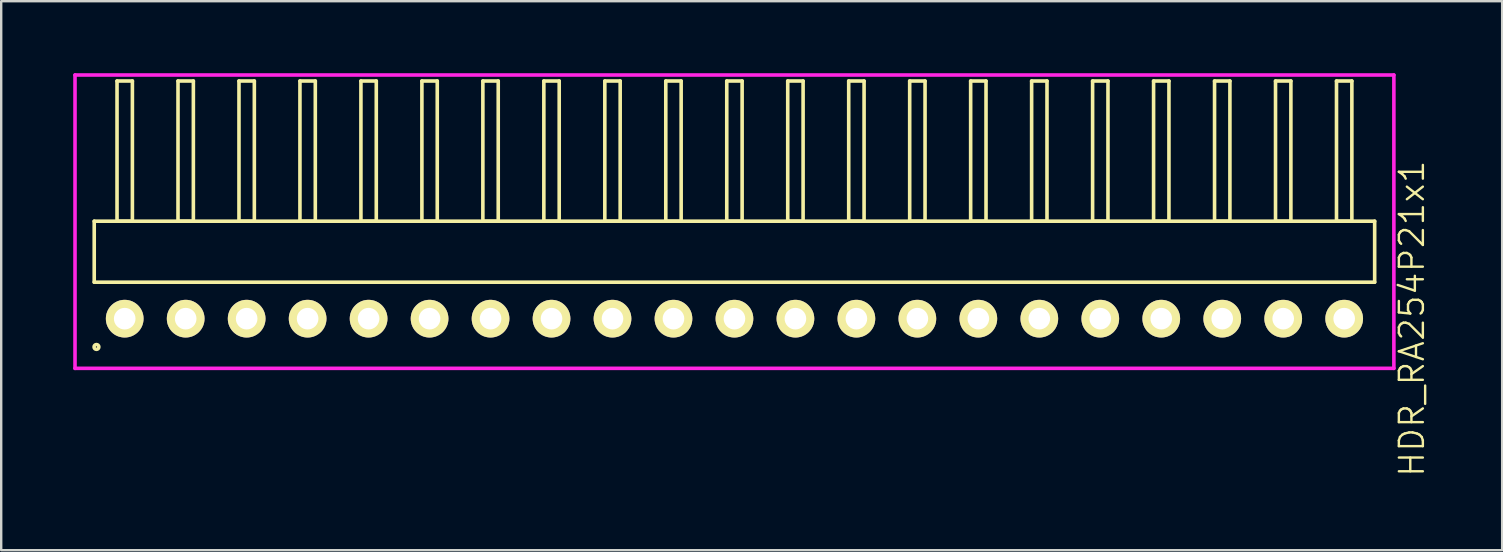
<source format=kicad_pcb>
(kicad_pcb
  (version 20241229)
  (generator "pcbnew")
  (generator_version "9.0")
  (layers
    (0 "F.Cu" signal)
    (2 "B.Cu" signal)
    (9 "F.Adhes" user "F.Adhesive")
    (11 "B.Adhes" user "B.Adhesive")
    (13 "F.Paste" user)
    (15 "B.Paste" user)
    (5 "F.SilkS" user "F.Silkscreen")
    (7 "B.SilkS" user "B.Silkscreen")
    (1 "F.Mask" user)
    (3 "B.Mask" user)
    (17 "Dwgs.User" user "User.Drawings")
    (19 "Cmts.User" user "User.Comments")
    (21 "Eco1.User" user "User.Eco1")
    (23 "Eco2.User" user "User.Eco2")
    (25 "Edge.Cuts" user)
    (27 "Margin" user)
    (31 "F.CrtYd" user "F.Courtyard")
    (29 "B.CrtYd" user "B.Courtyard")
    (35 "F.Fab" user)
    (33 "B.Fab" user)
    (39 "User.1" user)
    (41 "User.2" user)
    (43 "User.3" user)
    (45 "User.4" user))
  (footprint "HDR_RA254P21x1"
    (layer "F.Cu")
    (at 27.545 10.225)
    (property "Reference" "HDR_RA254P21x1" (at 28.22 0 90) (layer "F.SilkS") (effects (font (size 1 1) (thickness 0.1))))
    (attr through_hole)
    (fp_line (start -26.67 -4.06) (end -26.67 -1.52) (stroke (width 0.15) (type solid)) (layer "F.SilkS"))
    (fp_line (start -26.67 -1.52) (end 26.67 -1.52) (stroke (width 0.15) (type solid)) (layer "F.SilkS"))
    (fp_line (start -25.72 -9.9) (end -25.72 -4.06) (stroke (width 0.15) (type solid)) (layer "F.SilkS"))
    (fp_line (start -25.72 -4.06) (end -25.08 -4.06) (stroke (width 0.15) (type solid)) (layer "F.SilkS"))
    (fp_line (start -25.08 -9.9) (end -25.72 -9.9) (stroke (width 0.15) (type solid)) (layer "F.SilkS"))
    (fp_line (start -25.08 -4.06) (end -25.08 -9.9) (stroke (width 0.15) (type solid)) (layer "F.SilkS"))
    (fp_line (start -23.18 -9.9) (end -23.18 -4.06) (stroke (width 0.15) (type solid)) (layer "F.SilkS"))
    (fp_line (start -23.18 -4.06) (end -22.54 -4.06) (stroke (width 0.15) (type solid)) (layer "F.SilkS"))
    (fp_line (start -22.54 -9.9) (end -23.18 -9.9) (stroke (width 0.15) (type solid)) (layer "F.SilkS"))
    (fp_line (start -22.54 -4.06) (end -22.54 -9.9) (stroke (width 0.15) (type solid)) (layer "F.SilkS"))
    (fp_line (start -20.64 -9.9) (end -20.64 -4.06) (stroke (width 0.15) (type solid)) (layer "F.SilkS"))
    (fp_line (start -20.64 -4.06) (end -20 -4.06) (stroke (width 0.15) (type solid)) (layer "F.SilkS"))
    (fp_line (start -20 -9.9) (end -20.64 -9.9) (stroke (width 0.15) (type solid)) (layer "F.SilkS"))
    (fp_line (start -20 -4.06) (end -20 -9.9) (stroke (width 0.15) (type solid)) (layer "F.SilkS"))
    (fp_line (start -18.1 -9.9) (end -18.1 -4.06) (stroke (width 0.15) (type solid)) (layer "F.SilkS"))
    (fp_line (start -18.1 -4.06) (end -17.46 -4.06) (stroke (width 0.15) (type solid)) (layer "F.SilkS"))
    (fp_line (start -17.46 -9.9) (end -18.1 -9.9) (stroke (width 0.15) (type solid)) (layer "F.SilkS"))
    (fp_line (start -17.46 -4.06) (end -17.46 -9.9) (stroke (width 0.15) (type solid)) (layer "F.SilkS"))
    (fp_line (start -15.56 -9.9) (end -15.56 -4.06) (stroke (width 0.15) (type solid)) (layer "F.SilkS"))
    (fp_line (start -15.56 -4.06) (end -14.92 -4.06) (stroke (width 0.15) (type solid)) (layer "F.SilkS"))
    (fp_line (start -14.92 -9.9) (end -15.56 -9.9) (stroke (width 0.15) (type solid)) (layer "F.SilkS"))
    (fp_line (start -14.92 -4.06) (end -14.92 -9.9) (stroke (width 0.15) (type solid)) (layer "F.SilkS"))
    (fp_line (start -13.02 -9.9) (end -13.02 -4.06) (stroke (width 0.15) (type solid)) (layer "F.SilkS"))
    (fp_line (start -13.02 -4.06) (end -12.38 -4.06) (stroke (width 0.15) (type solid)) (layer "F.SilkS"))
    (fp_line (start -12.38 -9.9) (end -13.02 -9.9) (stroke (width 0.15) (type solid)) (layer "F.SilkS"))
    (fp_line (start -12.38 -4.06) (end -12.38 -9.9) (stroke (width 0.15) (type solid)) (layer "F.SilkS"))
    (fp_line (start -10.48 -9.9) (end -10.48 -4.06) (stroke (width 0.15) (type solid)) (layer "F.SilkS"))
    (fp_line (start -10.48 -4.06) (end -9.84 -4.06) (stroke (width 0.15) (type solid)) (layer "F.SilkS"))
    (fp_line (start -9.84 -9.9) (end -10.48 -9.9) (stroke (width 0.15) (type solid)) (layer "F.SilkS"))
    (fp_line (start -9.84 -4.06) (end -9.84 -9.9) (stroke (width 0.15) (type solid)) (layer "F.SilkS"))
    (fp_line (start -7.94 -9.9) (end -7.94 -4.06) (stroke (width 0.15) (type solid)) (layer "F.SilkS"))
    (fp_line (start -7.94 -4.06) (end -7.3 -4.06) (stroke (width 0.15) (type solid)) (layer "F.SilkS"))
    (fp_line (start -7.3 -9.9) (end -7.94 -9.9) (stroke (width 0.15) (type solid)) (layer "F.SilkS"))
    (fp_line (start -7.3 -4.06) (end -7.3 -9.9) (stroke (width 0.15) (type solid)) (layer "F.SilkS"))
    (fp_line (start -5.4 -9.9) (end -5.4 -4.06) (stroke (width 0.15) (type solid)) (layer "F.SilkS"))
    (fp_line (start -5.4 -4.06) (end -4.76 -4.06) (stroke (width 0.15) (type solid)) (layer "F.SilkS"))
    (fp_line (start -4.76 -9.9) (end -5.4 -9.9) (stroke (width 0.15) (type solid)) (layer "F.SilkS"))
    (fp_line (start -4.76 -4.06) (end -4.76 -9.9) (stroke (width 0.15) (type solid)) (layer "F.SilkS"))
    (fp_line (start -2.86 -9.9) (end -2.86 -4.06) (stroke (width 0.15) (type solid)) (layer "F.SilkS"))
    (fp_line (start -2.86 -4.06) (end -2.22 -4.06) (stroke (width 0.15) (type solid)) (layer "F.SilkS"))
    (fp_line (start -2.22 -9.9) (end -2.86 -9.9) (stroke (width 0.15) (type solid)) (layer "F.SilkS"))
    (fp_line (start -2.22 -4.06) (end -2.22 -9.9) (stroke (width 0.15) (type solid)) (layer "F.SilkS"))
    (fp_line (start -0.32 -9.9) (end -0.32 -4.06) (stroke (width 0.15) (type solid)) (layer "F.SilkS"))
    (fp_line (start -0.32 -4.06) (end 0.32 -4.06) (stroke (width 0.15) (type solid)) (layer "F.SilkS"))
    (fp_line (start 0.32 -9.9) (end -0.32 -9.9) (stroke (width 0.15) (type solid)) (layer "F.SilkS"))
    (fp_line (start 0.32 -4.06) (end 0.32 -9.9) (stroke (width 0.15) (type solid)) (layer "F.SilkS"))
    (fp_line (start 2.22 -9.9) (end 2.22 -4.06) (stroke (width 0.15) (type solid)) (layer "F.SilkS"))
    (fp_line (start 2.22 -4.06) (end 2.86 -4.06) (stroke (width 0.15) (type solid)) (layer "F.SilkS"))
    (fp_line (start 2.86 -9.9) (end 2.22 -9.9) (stroke (width 0.15) (type solid)) (layer "F.SilkS"))
    (fp_line (start 2.86 -4.06) (end 2.86 -9.9) (stroke (width 0.15) (type solid)) (layer "F.SilkS"))
    (fp_line (start 4.76 -9.9) (end 4.76 -4.06) (stroke (width 0.15) (type solid)) (layer "F.SilkS"))
    (fp_line (start 4.76 -4.06) (end 5.4 -4.06) (stroke (width 0.15) (type solid)) (layer "F.SilkS"))
    (fp_line (start 5.4 -9.9) (end 4.76 -9.9) (stroke (width 0.15) (type solid)) (layer "F.SilkS"))
    (fp_line (start 5.4 -4.06) (end 5.4 -9.9) (stroke (width 0.15) (type solid)) (layer "F.SilkS"))
    (fp_line (start 7.3 -9.9) (end 7.3 -4.06) (stroke (width 0.15) (type solid)) (layer "F.SilkS"))
    (fp_line (start 7.3 -4.06) (end 7.94 -4.06) (stroke (width 0.15) (type solid)) (layer "F.SilkS"))
    (fp_line (start 7.94 -9.9) (end 7.3 -9.9) (stroke (width 0.15) (type solid)) (layer "F.SilkS"))
    (fp_line (start 7.94 -4.06) (end 7.94 -9.9) (stroke (width 0.15) (type solid)) (layer "F.SilkS"))
    (fp_line (start 9.84 -9.9) (end 9.84 -4.06) (stroke (width 0.15) (type solid)) (layer "F.SilkS"))
    (fp_line (start 9.84 -4.06) (end 10.48 -4.06) (stroke (width 0.15) (type solid)) (layer "F.SilkS"))
    (fp_line (start 10.48 -9.9) (end 9.84 -9.9) (stroke (width 0.15) (type solid)) (layer "F.SilkS"))
    (fp_line (start 10.48 -4.06) (end 10.48 -9.9) (stroke (width 0.15) (type solid)) (layer "F.SilkS"))
    (fp_line (start 12.38 -9.9) (end 12.38 -4.06) (stroke (width 0.15) (type solid)) (layer "F.SilkS"))
    (fp_line (start 12.38 -4.06) (end 13.02 -4.06) (stroke (width 0.15) (type solid)) (layer "F.SilkS"))
    (fp_line (start 13.02 -9.9) (end 12.38 -9.9) (stroke (width 0.15) (type solid)) (layer "F.SilkS"))
    (fp_line (start 13.02 -4.06) (end 13.02 -9.9) (stroke (width 0.15) (type solid)) (layer "F.SilkS"))
    (fp_line (start 14.92 -9.9) (end 14.92 -4.06) (stroke (width 0.15) (type solid)) (layer "F.SilkS"))
    (fp_line (start 14.92 -4.06) (end 15.56 -4.06) (stroke (width 0.15) (type solid)) (layer "F.SilkS"))
    (fp_line (start 15.56 -9.9) (end 14.92 -9.9) (stroke (width 0.15) (type solid)) (layer "F.SilkS"))
    (fp_line (start 15.56 -4.06) (end 15.56 -9.9) (stroke (width 0.15) (type solid)) (layer "F.SilkS"))
    (fp_line (start 17.46 -9.9) (end 17.46 -4.06) (stroke (width 0.15) (type solid)) (layer "F.SilkS"))
    (fp_line (start 17.46 -4.06) (end 18.1 -4.06) (stroke (width 0.15) (type solid)) (layer "F.SilkS"))
    (fp_line (start 18.1 -9.9) (end 17.46 -9.9) (stroke (width 0.15) (type solid)) (layer "F.SilkS"))
    (fp_line (start 18.1 -4.06) (end 18.1 -9.9) (stroke (width 0.15) (type solid)) (layer "F.SilkS"))
    (fp_line (start 20 -9.9) (end 20 -4.06) (stroke (width 0.15) (type solid)) (layer "F.SilkS"))
    (fp_line (start 20 -4.06) (end 20.64 -4.06) (stroke (width 0.15) (type solid)) (layer "F.SilkS"))
    (fp_line (start 20.64 -9.9) (end 20 -9.9) (stroke (width 0.15) (type solid)) (layer "F.SilkS"))
    (fp_line (start 20.64 -4.06) (end 20.64 -9.9) (stroke (width 0.15) (type solid)) (layer "F.SilkS"))
    (fp_line (start 22.54 -9.9) (end 22.54 -4.06) (stroke (width 0.15) (type solid)) (layer "F.SilkS"))
    (fp_line (start 22.54 -4.06) (end 23.18 -4.06) (stroke (width 0.15) (type solid)) (layer "F.SilkS"))
    (fp_line (start 23.18 -9.9) (end 22.54 -9.9) (stroke (width 0.15) (type solid)) (layer "F.SilkS"))
    (fp_line (start 23.18 -4.06) (end 23.18 -9.9) (stroke (width 0.15) (type solid)) (layer "F.SilkS"))
    (fp_line (start 25.08 -9.9) (end 25.08 -4.06) (stroke (width 0.15) (type solid)) (layer "F.SilkS"))
    (fp_line (start 25.08 -4.06) (end 25.72 -4.06) (stroke (width 0.15) (type solid)) (layer "F.SilkS"))
    (fp_line (start 25.72 -9.9) (end 25.08 -9.9) (stroke (width 0.15) (type solid)) (layer "F.SilkS"))
    (fp_line (start 25.72 -4.06) (end 25.72 -9.9) (stroke (width 0.15) (type solid)) (layer "F.SilkS"))
    (fp_line (start 26.67 -4.06) (end -26.67 -4.06) (stroke (width 0.15) (type solid)) (layer "F.SilkS"))
    (fp_line (start 26.67 -1.52) (end 26.67 -4.06) (stroke (width 0.15) (type solid)) (layer "F.SilkS"))
    (fp_circle (center -26.577 1.178) (end -26.477 1.178) (stroke (width 0.15) (type solid)) (fill no) (layer "F.SilkS"))
    (fp_line (start -27.47 -10.15) (end -27.47 2.07) (stroke (width 0.15) (type solid)) (layer "F.CrtYd"))
    (fp_line (start -27.47 2.07) (end 27.47 2.07) (stroke (width 0.15) (type solid)) (layer "F.CrtYd"))
    (fp_line (start 27.47 -10.15) (end -27.47 -10.15) (stroke (width 0.15) (type solid)) (layer "F.CrtYd"))
    (fp_line (start 27.47 2.07) (end 27.47 -10.15) (stroke (width 0.15) (type solid)) (layer "F.CrtYd"))
    (pad "1" thru_hole oval (at -25.4 0) (size 1.57 1.57) (drill 0.9) (layers "*.Cu" "*.Mask" "F.SilkS"))
    (pad "2" thru_hole oval (at -22.86 0) (size 1.57 1.57) (drill 0.9) (layers "*.Cu" "*.Mask" "F.SilkS"))
    (pad "3" thru_hole oval (at -20.32 0) (size 1.57 1.57) (drill 0.9) (layers "*.Cu" "*.Mask" "F.SilkS"))
    (pad "4" thru_hole oval (at -17.78 0) (size 1.57 1.57) (drill 0.9) (layers "*.Cu" "*.Mask" "F.SilkS"))
    (pad "5" thru_hole oval (at -15.24 0) (size 1.57 1.57) (drill 0.9) (layers "*.Cu" "*.Mask" "F.SilkS"))
    (pad "6" thru_hole oval (at -12.7 0) (size 1.57 1.57) (drill 0.9) (layers "*.Cu" "*.Mask" "F.SilkS"))
    (pad "7" thru_hole oval (at -10.16 0) (size 1.57 1.57) (drill 0.9) (layers "*.Cu" "*.Mask" "F.SilkS"))
    (pad "8" thru_hole oval (at -7.62 0) (size 1.57 1.57) (drill 0.9) (layers "*.Cu" "*.Mask" "F.SilkS"))
    (pad "9" thru_hole oval (at -5.08 0) (size 1.57 1.57) (drill 0.9) (layers "*.Cu" "*.Mask" "F.SilkS"))
    (pad "10" thru_hole oval (at -2.54 0) (size 1.57 1.57) (drill 0.9) (layers "*.Cu" "*.Mask" "F.SilkS"))
    (pad "11" thru_hole oval (at 0 0) (size 1.57 1.57) (drill 0.9) (layers "*.Cu" "*.Mask" "F.SilkS"))
    (pad "12" thru_hole oval (at 2.54 0) (size 1.57 1.57) (drill 0.9) (layers "*.Cu" "*.Mask" "F.SilkS"))
    (pad "13" thru_hole oval (at 5.08 0) (size 1.57 1.57) (drill 0.9) (layers "*.Cu" "*.Mask" "F.SilkS"))
    (pad "14" thru_hole oval (at 7.62 0) (size 1.57 1.57) (drill 0.9) (layers "*.Cu" "*.Mask" "F.SilkS"))
    (pad "15" thru_hole oval (at 10.16 0) (size 1.57 1.57) (drill 0.9) (layers "*.Cu" "*.Mask" "F.SilkS"))
    (pad "16" thru_hole oval (at 12.7 0) (size 1.57 1.57) (drill 0.9) (layers "*.Cu" "*.Mask" "F.SilkS"))
    (pad "17" thru_hole oval (at 15.24 0) (size 1.57 1.57) (drill 0.9) (layers "*.Cu" "*.Mask" "F.SilkS"))
    (pad "18" thru_hole oval (at 17.78 0) (size 1.57 1.57) (drill 0.9) (layers "*.Cu" "*.Mask" "F.SilkS"))
    (pad "19" thru_hole oval (at 20.32 0) (size 1.57 1.57) (drill 0.9) (layers "*.Cu" "*.Mask" "F.SilkS"))
    (pad "20" thru_hole oval (at 22.86 0) (size 1.57 1.57) (drill 0.9) (layers "*.Cu" "*.Mask" "F.SilkS"))
    (pad "21" thru_hole oval (at 25.4 0) (size 1.57 1.57) (drill 0.9) (layers "*.Cu" "*.Mask" "F.SilkS")))
  (gr_rect
    (start -3 -3)
    (end 59.526 19.87)
    (stroke (width 0.1) (type default))
    (fill no)
    (layer "Edge.Cuts")))
</source>
